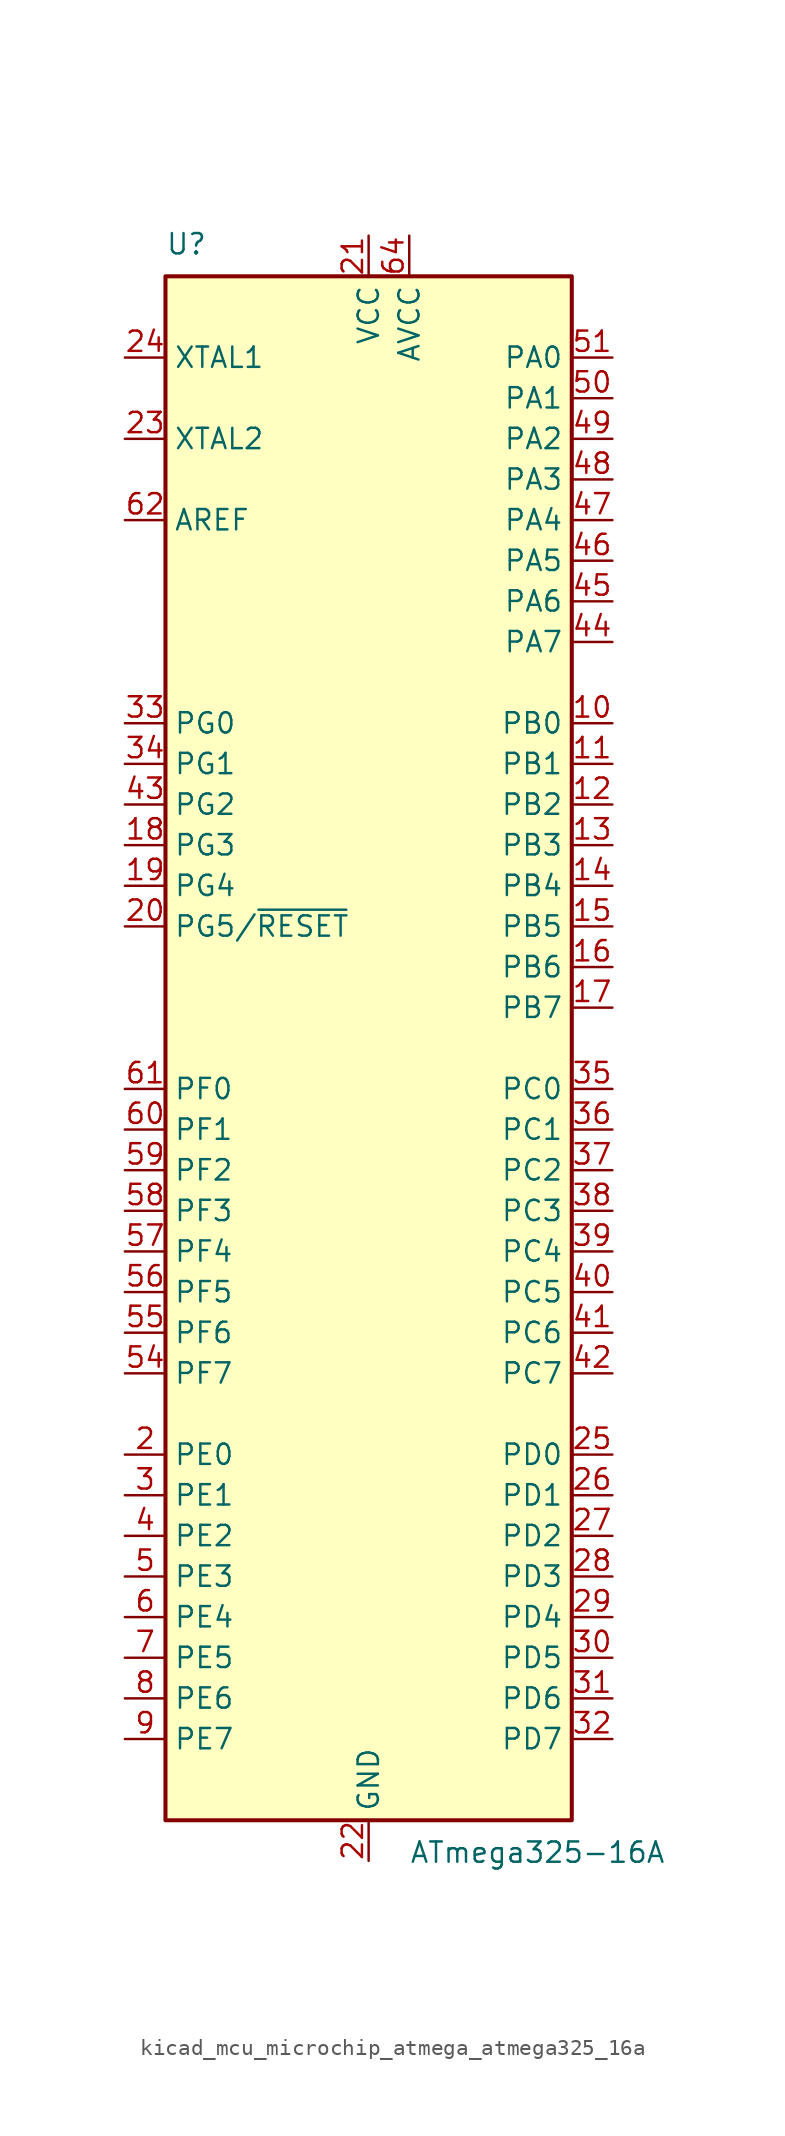
<source format=kicad_sym>
(kicad_symbol_lib
  (version 20220914)
  (generator kicad_symbol_editor)
  (symbol "kicad_mcu_microchip_atmega_atmega325_16a"
    (property "Reference" "U"
      (at -12.7 49.53 0)
      (effects (font (size 1.27 1.27)) (justify left bottom)))
    (property "Value" "ATmega325-16A"
      (at 2.54 -49.53 0)
      (effects (font (size 1.27 1.27)) (justify left top)))
    (symbol "kicad_mcu_microchip_atmega_atmega325_16a_0_1"
      (rectangle (start -12.7 -48.26) (end 12.7 48.26) (stroke (width 0.254) (type default)) (fill (type background))))
    (symbol "kicad_mcu_microchip_atmega_atmega325_16a_1_1"
      (pin no_connect line (at -12.7 -45.72 0) (length 2.54) hide (name "NC" (effects (font (size 1.27 1.27)))) (number "1" (effects (font (size 1.27 1.27)))))
      (pin bidirectional line (at 15.24 20.32 180) (length 2.54) (name "PB0" (effects (font (size 1.27 1.27)))) (number "10" (effects (font (size 1.27 1.27)))))
      (pin bidirectional line (at 15.24 17.78 180) (length 2.54) (name "PB1" (effects (font (size 1.27 1.27)))) (number "11" (effects (font (size 1.27 1.27)))))
      (pin bidirectional line (at 15.24 15.24 180) (length 2.54) (name "PB2" (effects (font (size 1.27 1.27)))) (number "12" (effects (font (size 1.27 1.27)))))
      (pin bidirectional line (at 15.24 12.7 180) (length 2.54) (name "PB3" (effects (font (size 1.27 1.27)))) (number "13" (effects (font (size 1.27 1.27)))))
      (pin bidirectional line (at 15.24 10.16 180) (length 2.54) (name "PB4" (effects (font (size 1.27 1.27)))) (number "14" (effects (font (size 1.27 1.27)))))
      (pin bidirectional line (at 15.24 7.62 180) (length 2.54) (name "PB5" (effects (font (size 1.27 1.27)))) (number "15" (effects (font (size 1.27 1.27)))))
      (pin bidirectional line (at 15.24 5.08 180) (length 2.54) (name "PB6" (effects (font (size 1.27 1.27)))) (number "16" (effects (font (size 1.27 1.27)))))
      (pin bidirectional line (at 15.24 2.54 180) (length 2.54) (name "PB7" (effects (font (size 1.27 1.27)))) (number "17" (effects (font (size 1.27 1.27)))))
      (pin bidirectional line (at -15.24 12.7 0) (length 2.54) (name "PG3" (effects (font (size 1.27 1.27)))) (number "18" (effects (font (size 1.27 1.27)))))
      (pin bidirectional line (at -15.24 10.16 0) (length 2.54) (name "PG4" (effects (font (size 1.27 1.27)))) (number "19" (effects (font (size 1.27 1.27)))))
      (pin bidirectional line (at -15.24 -25.4 0) (length 2.54) (name "PE0" (effects (font (size 1.27 1.27)))) (number "2" (effects (font (size 1.27 1.27)))))
      (pin bidirectional line (at -15.24 7.62 0) (length 2.54) (name "PG5/~{RESET}" (effects (font (size 1.27 1.27)))) (number "20" (effects (font (size 1.27 1.27)))))
      (pin power_in line (at 0 50.8 270) (length 2.54) (name "VCC" (effects (font (size 1.27 1.27)))) (number "21" (effects (font (size 1.27 1.27)))))
      (pin power_in line (at 0 -50.8 90) (length 2.54) (name "GND" (effects (font (size 1.27 1.27)))) (number "22" (effects (font (size 1.27 1.27)))))
      (pin output line (at -15.24 38.1 0) (length 2.54) (name "XTAL2" (effects (font (size 1.27 1.27)))) (number "23" (effects (font (size 1.27 1.27)))))
      (pin input line (at -15.24 43.18 0) (length 2.54) (name "XTAL1" (effects (font (size 1.27 1.27)))) (number "24" (effects (font (size 1.27 1.27)))))
      (pin bidirectional line (at 15.24 -25.4 180) (length 2.54) (name "PD0" (effects (font (size 1.27 1.27)))) (number "25" (effects (font (size 1.27 1.27)))))
      (pin bidirectional line (at 15.24 -27.94 180) (length 2.54) (name "PD1" (effects (font (size 1.27 1.27)))) (number "26" (effects (font (size 1.27 1.27)))))
      (pin bidirectional line (at 15.24 -30.48 180) (length 2.54) (name "PD2" (effects (font (size 1.27 1.27)))) (number "27" (effects (font (size 1.27 1.27)))))
      (pin bidirectional line (at 15.24 -33.02 180) (length 2.54) (name "PD3" (effects (font (size 1.27 1.27)))) (number "28" (effects (font (size 1.27 1.27)))))
      (pin bidirectional line (at 15.24 -35.56 180) (length 2.54) (name "PD4" (effects (font (size 1.27 1.27)))) (number "29" (effects (font (size 1.27 1.27)))))
      (pin bidirectional line (at -15.24 -27.94 0) (length 2.54) (name "PE1" (effects (font (size 1.27 1.27)))) (number "3" (effects (font (size 1.27 1.27)))))
      (pin bidirectional line (at 15.24 -38.1 180) (length 2.54) (name "PD5" (effects (font (size 1.27 1.27)))) (number "30" (effects (font (size 1.27 1.27)))))
      (pin bidirectional line (at 15.24 -40.64 180) (length 2.54) (name "PD6" (effects (font (size 1.27 1.27)))) (number "31" (effects (font (size 1.27 1.27)))))
      (pin bidirectional line (at 15.24 -43.18 180) (length 2.54) (name "PD7" (effects (font (size 1.27 1.27)))) (number "32" (effects (font (size 1.27 1.27)))))
      (pin bidirectional line (at -15.24 20.32 0) (length 2.54) (name "PG0" (effects (font (size 1.27 1.27)))) (number "33" (effects (font (size 1.27 1.27)))))
      (pin bidirectional line (at -15.24 17.78 0) (length 2.54) (name "PG1" (effects (font (size 1.27 1.27)))) (number "34" (effects (font (size 1.27 1.27)))))
      (pin bidirectional line (at 15.24 -2.54 180) (length 2.54) (name "PC0" (effects (font (size 1.27 1.27)))) (number "35" (effects (font (size 1.27 1.27)))))
      (pin bidirectional line (at 15.24 -5.08 180) (length 2.54) (name "PC1" (effects (font (size 1.27 1.27)))) (number "36" (effects (font (size 1.27 1.27)))))
      (pin bidirectional line (at 15.24 -7.62 180) (length 2.54) (name "PC2" (effects (font (size 1.27 1.27)))) (number "37" (effects (font (size 1.27 1.27)))))
      (pin bidirectional line (at 15.24 -10.16 180) (length 2.54) (name "PC3" (effects (font (size 1.27 1.27)))) (number "38" (effects (font (size 1.27 1.27)))))
      (pin bidirectional line (at 15.24 -12.7 180) (length 2.54) (name "PC4" (effects (font (size 1.27 1.27)))) (number "39" (effects (font (size 1.27 1.27)))))
      (pin bidirectional line (at -15.24 -30.48 0) (length 2.54) (name "PE2" (effects (font (size 1.27 1.27)))) (number "4" (effects (font (size 1.27 1.27)))))
      (pin bidirectional line (at 15.24 -15.24 180) (length 2.54) (name "PC5" (effects (font (size 1.27 1.27)))) (number "40" (effects (font (size 1.27 1.27)))))
      (pin bidirectional line (at 15.24 -17.78 180) (length 2.54) (name "PC6" (effects (font (size 1.27 1.27)))) (number "41" (effects (font (size 1.27 1.27)))))
      (pin bidirectional line (at 15.24 -20.32 180) (length 2.54) (name "PC7" (effects (font (size 1.27 1.27)))) (number "42" (effects (font (size 1.27 1.27)))))
      (pin bidirectional line (at -15.24 15.24 0) (length 2.54) (name "PG2" (effects (font (size 1.27 1.27)))) (number "43" (effects (font (size 1.27 1.27)))))
      (pin bidirectional line (at 15.24 25.4 180) (length 2.54) (name "PA7" (effects (font (size 1.27 1.27)))) (number "44" (effects (font (size 1.27 1.27)))))
      (pin bidirectional line (at 15.24 27.94 180) (length 2.54) (name "PA6" (effects (font (size 1.27 1.27)))) (number "45" (effects (font (size 1.27 1.27)))))
      (pin bidirectional line (at 15.24 30.48 180) (length 2.54) (name "PA5" (effects (font (size 1.27 1.27)))) (number "46" (effects (font (size 1.27 1.27)))))
      (pin bidirectional line (at 15.24 33.02 180) (length 2.54) (name "PA4" (effects (font (size 1.27 1.27)))) (number "47" (effects (font (size 1.27 1.27)))))
      (pin bidirectional line (at 15.24 35.56 180) (length 2.54) (name "PA3" (effects (font (size 1.27 1.27)))) (number "48" (effects (font (size 1.27 1.27)))))
      (pin bidirectional line (at 15.24 38.1 180) (length 2.54) (name "PA2" (effects (font (size 1.27 1.27)))) (number "49" (effects (font (size 1.27 1.27)))))
      (pin bidirectional line (at -15.24 -33.02 0) (length 2.54) (name "PE3" (effects (font (size 1.27 1.27)))) (number "5" (effects (font (size 1.27 1.27)))))
      (pin bidirectional line (at 15.24 40.64 180) (length 2.54) (name "PA1" (effects (font (size 1.27 1.27)))) (number "50" (effects (font (size 1.27 1.27)))))
      (pin bidirectional line (at 15.24 43.18 180) (length 2.54) (name "PA0" (effects (font (size 1.27 1.27)))) (number "51" (effects (font (size 1.27 1.27)))))
      (pin passive line (at 0 50.8 270) (length 2.54) hide (name "VCC" (effects (font (size 1.27 1.27)))) (number "52" (effects (font (size 1.27 1.27)))))
      (pin passive line (at 0 -50.8 90) (length 2.54) hide (name "GND" (effects (font (size 1.27 1.27)))) (number "53" (effects (font (size 1.27 1.27)))))
      (pin bidirectional line (at -15.24 -20.32 0) (length 2.54) (name "PF7" (effects (font (size 1.27 1.27)))) (number "54" (effects (font (size 1.27 1.27)))))
      (pin bidirectional line (at -15.24 -17.78 0) (length 2.54) (name "PF6" (effects (font (size 1.27 1.27)))) (number "55" (effects (font (size 1.27 1.27)))))
      (pin bidirectional line (at -15.24 -15.24 0) (length 2.54) (name "PF5" (effects (font (size 1.27 1.27)))) (number "56" (effects (font (size 1.27 1.27)))))
      (pin bidirectional line (at -15.24 -12.7 0) (length 2.54) (name "PF4" (effects (font (size 1.27 1.27)))) (number "57" (effects (font (size 1.27 1.27)))))
      (pin bidirectional line (at -15.24 -10.16 0) (length 2.54) (name "PF3" (effects (font (size 1.27 1.27)))) (number "58" (effects (font (size 1.27 1.27)))))
      (pin bidirectional line (at -15.24 -7.62 0) (length 2.54) (name "PF2" (effects (font (size 1.27 1.27)))) (number "59" (effects (font (size 1.27 1.27)))))
      (pin bidirectional line (at -15.24 -35.56 0) (length 2.54) (name "PE4" (effects (font (size 1.27 1.27)))) (number "6" (effects (font (size 1.27 1.27)))))
      (pin bidirectional line (at -15.24 -5.08 0) (length 2.54) (name "PF1" (effects (font (size 1.27 1.27)))) (number "60" (effects (font (size 1.27 1.27)))))
      (pin bidirectional line (at -15.24 -2.54 0) (length 2.54) (name "PF0" (effects (font (size 1.27 1.27)))) (number "61" (effects (font (size 1.27 1.27)))))
      (pin passive line (at -15.24 33.02 0) (length 2.54) (name "AREF" (effects (font (size 1.27 1.27)))) (number "62" (effects (font (size 1.27 1.27)))))
      (pin passive line (at 0 -50.8 90) (length 2.54) hide (name "GND" (effects (font (size 1.27 1.27)))) (number "63" (effects (font (size 1.27 1.27)))))
      (pin power_in line (at 2.54 50.8 270) (length 2.54) (name "AVCC" (effects (font (size 1.27 1.27)))) (number "64" (effects (font (size 1.27 1.27)))))
      (pin bidirectional line (at -15.24 -38.1 0) (length 2.54) (name "PE5" (effects (font (size 1.27 1.27)))) (number "7" (effects (font (size 1.27 1.27)))))
      (pin bidirectional line (at -15.24 -40.64 0) (length 2.54) (name "PE6" (effects (font (size 1.27 1.27)))) (number "8" (effects (font (size 1.27 1.27)))))
      (pin bidirectional line (at -15.24 -43.18 0) (length 2.54) (name "PE7" (effects (font (size 1.27 1.27)))) (number "9" (effects (font (size 1.27 1.27))))))))
</source>
